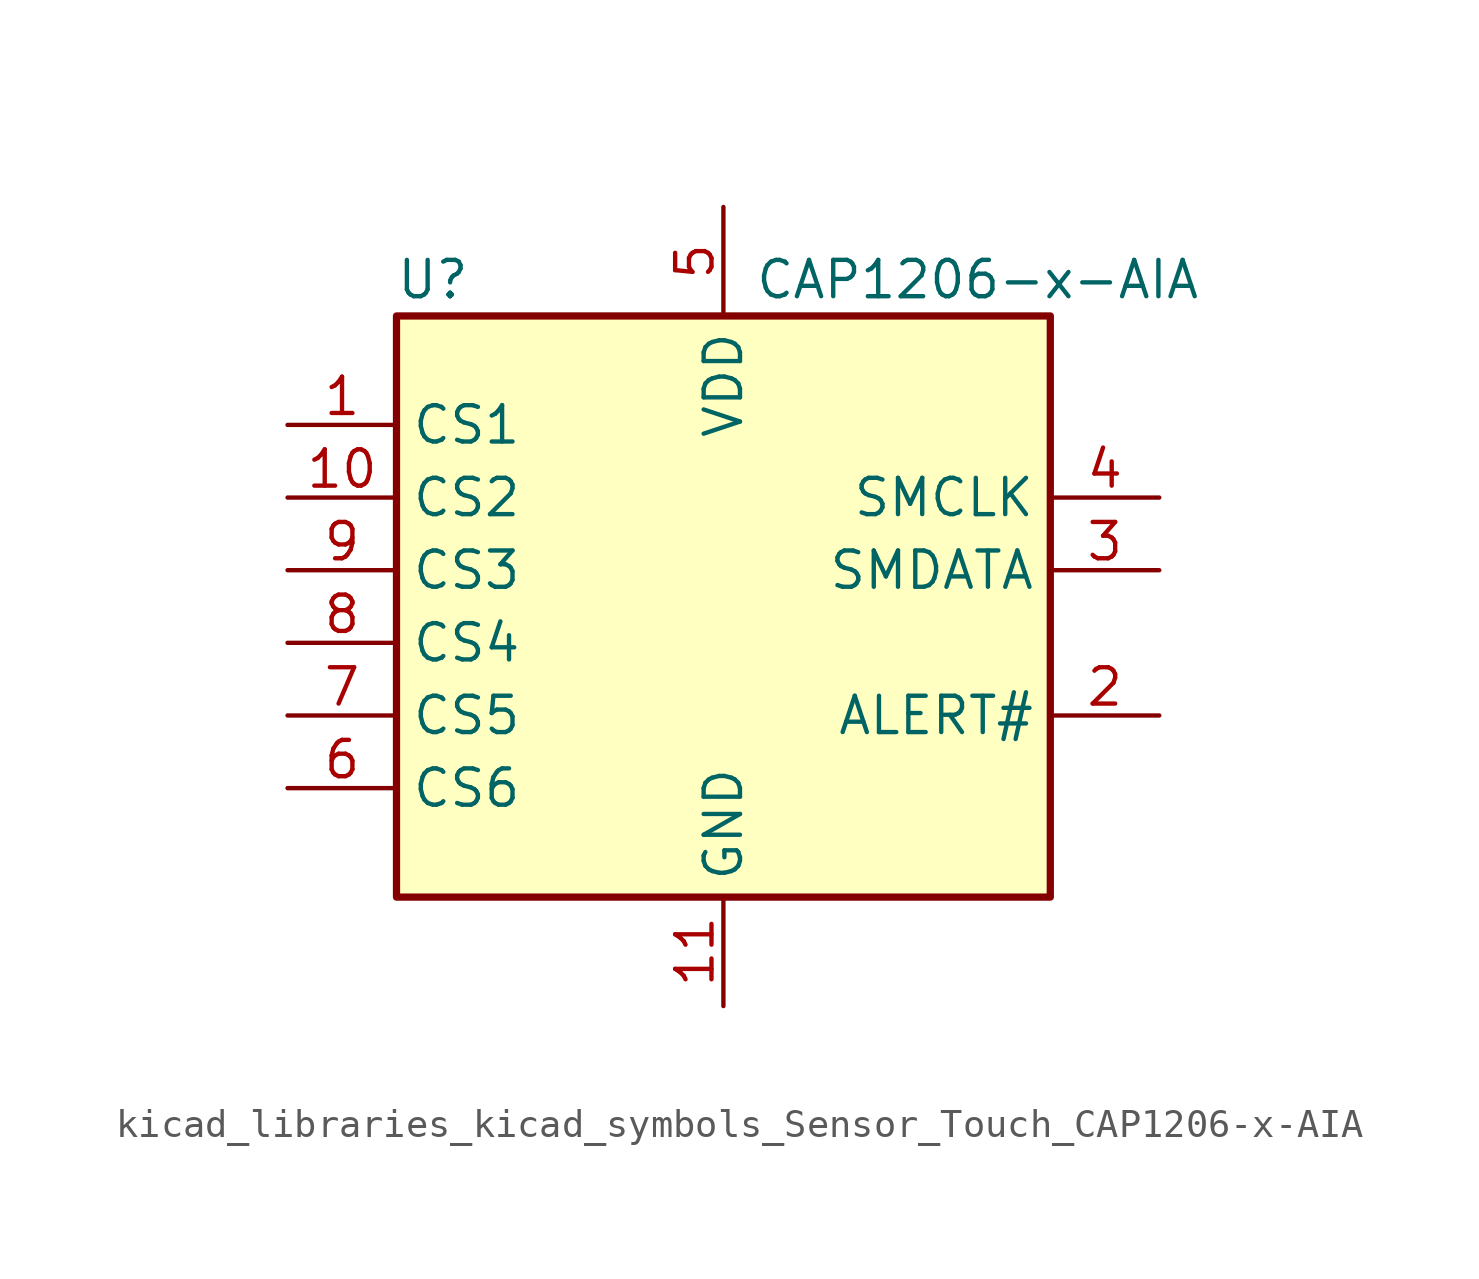
<source format=kicad_sym>
(kicad_symbol_lib
  (version 20220914)
  (generator kicad_symbol_editor)
  (symbol "kicad_libraries_kicad_symbols_Sensor_Touch_CAP1206-x-AIA"
    (property "Reference" "U"
      (at -10.16 12.7 0)
      (effects (font (size 1.27 1.27))))
    (property "Value" "CAP1206-x-AIA"
      (at 8.89 12.7 0)
      (effects (font (size 1.27 1.27))))
    (symbol "kicad_libraries_kicad_symbols_Sensor_Touch_CAP1206-x-AIA_0_1"
      (rectangle (start -11.43 11.43) (end 11.43 -8.89) (stroke (width 0.254) (type default)) (fill (type background))))
    (symbol "kicad_libraries_kicad_symbols_Sensor_Touch_CAP1206-x-AIA_1_1"
      (pin passive line (at -15.24 7.62 0) (length 3.81) (name "CS1" (effects (font (size 1.27 1.27)))) (number "1" (effects (font (size 1.27 1.27)))))
      (pin passive line (at -15.24 5.08 0) (length 3.81) (name "CS2" (effects (font (size 1.27 1.27)))) (number "10" (effects (font (size 1.27 1.27)))))
      (pin power_in line (at 0 -12.7 90) (length 3.81) (name "GND" (effects (font (size 1.27 1.27)))) (number "11" (effects (font (size 1.27 1.27)))))
      (pin open_collector line (at 15.24 -2.54 180) (length 3.81) (name "ALERT#" (effects (font (size 1.27 1.27)))) (number "2" (effects (font (size 1.27 1.27)))))
      (pin bidirectional line (at 15.24 2.54 180) (length 3.81) (name "SMDATA" (effects (font (size 1.27 1.27)))) (number "3" (effects (font (size 1.27 1.27)))))
      (pin input line (at 15.24 5.08 180) (length 3.81) (name "SMCLK" (effects (font (size 1.27 1.27)))) (number "4" (effects (font (size 1.27 1.27)))))
      (pin power_in line (at 0 15.24 270) (length 3.81) (name "VDD" (effects (font (size 1.27 1.27)))) (number "5" (effects (font (size 1.27 1.27)))))
      (pin passive line (at -15.24 -5.08 0) (length 3.81) (name "CS6" (effects (font (size 1.27 1.27)))) (number "6" (effects (font (size 1.27 1.27)))))
      (pin passive line (at -15.24 -2.54 0) (length 3.81) (name "CS5" (effects (font (size 1.27 1.27)))) (number "7" (effects (font (size 1.27 1.27)))))
      (pin passive line (at -15.24 0 0) (length 3.81) (name "CS4" (effects (font (size 1.27 1.27)))) (number "8" (effects (font (size 1.27 1.27)))))
      (pin passive line (at -15.24 2.54 0) (length 3.81) (name "CS3" (effects (font (size 1.27 1.27)))) (number "9" (effects (font (size 1.27 1.27))))))))
</source>
